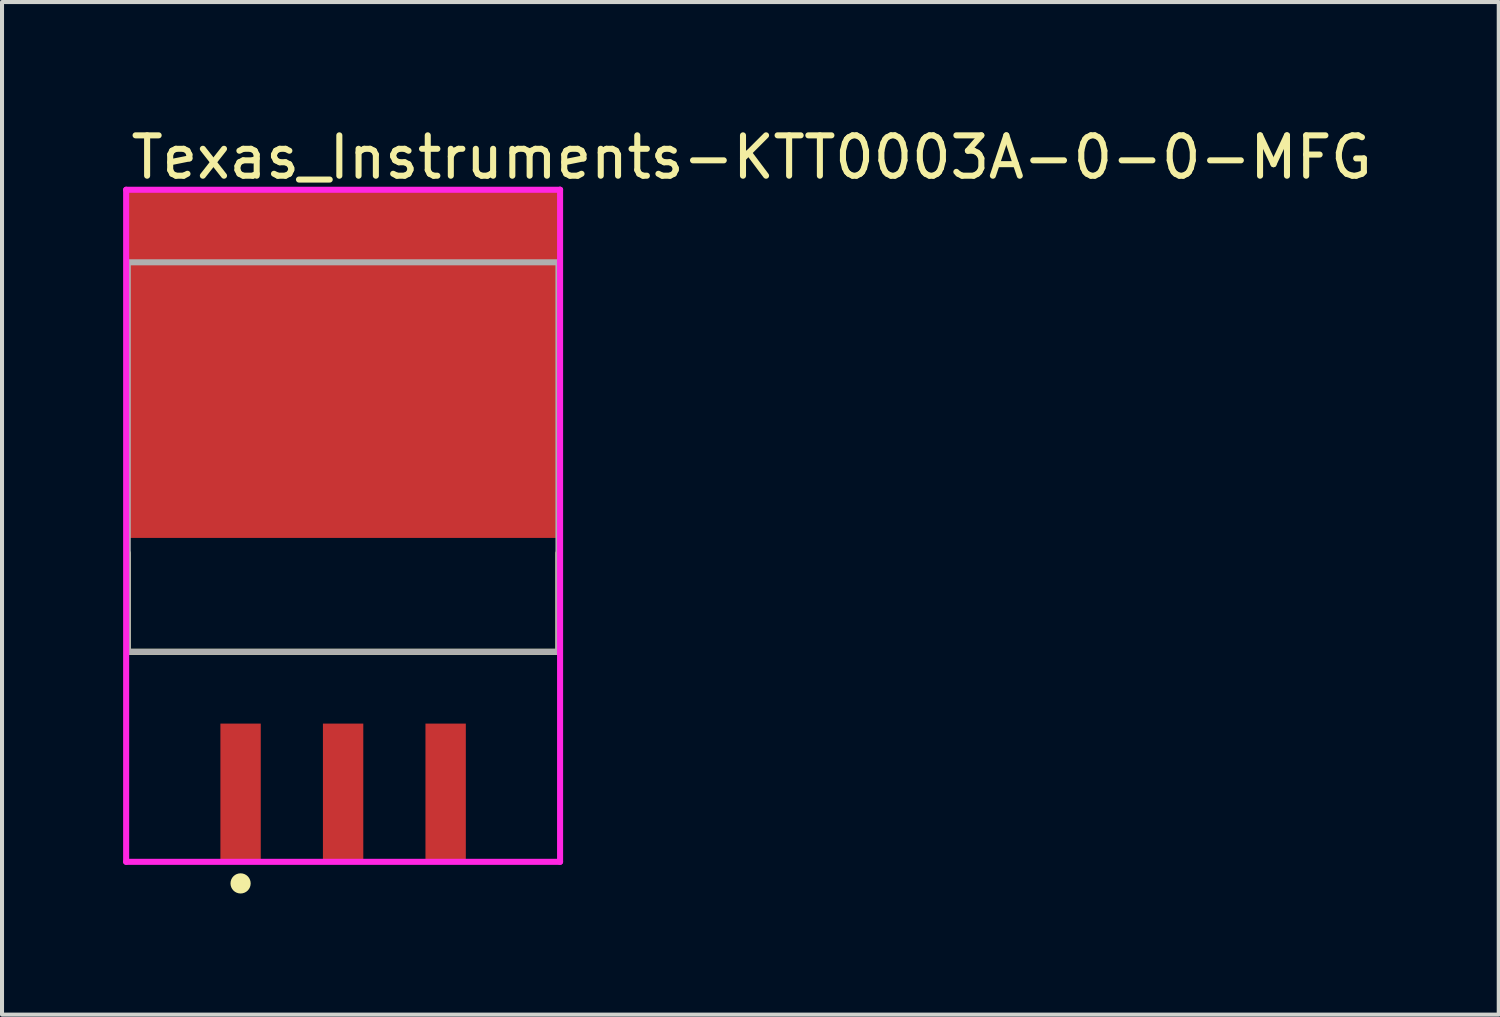
<source format=kicad_pcb>
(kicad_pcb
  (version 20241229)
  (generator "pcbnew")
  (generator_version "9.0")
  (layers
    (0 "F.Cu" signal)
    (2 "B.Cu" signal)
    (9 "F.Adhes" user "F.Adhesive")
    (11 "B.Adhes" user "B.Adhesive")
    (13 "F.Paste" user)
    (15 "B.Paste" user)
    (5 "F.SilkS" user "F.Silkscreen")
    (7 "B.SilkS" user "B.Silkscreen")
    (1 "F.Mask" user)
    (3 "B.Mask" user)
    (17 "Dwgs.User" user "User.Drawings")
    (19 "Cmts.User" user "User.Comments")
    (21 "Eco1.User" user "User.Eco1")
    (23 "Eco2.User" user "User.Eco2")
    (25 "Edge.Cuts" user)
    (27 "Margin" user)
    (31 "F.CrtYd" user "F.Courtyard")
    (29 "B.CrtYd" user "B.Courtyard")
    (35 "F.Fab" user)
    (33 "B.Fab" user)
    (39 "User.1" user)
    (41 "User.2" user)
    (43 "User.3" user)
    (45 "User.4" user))
  (footprint "Texas_Instruments-KTT0003A-0-0-MFG"
    (layer "F.Cu")
    (at 5.45 8.273)
    (property "Reference" "Texas_Instruments-KTT0003A-0-0-MFG" (at -5.335 -7.425 0) (layer "F.SilkS") (effects (font (size 1 1) (thickness 0.15)) (justify left)))
    (attr through_hole)
    (fp_line (start -5.335 4.825) (end -5.335 2.377) (stroke (width 0.15) (type solid)) (layer "F.SilkS"))
    (fp_line (start -5.335 4.825) (end 5.335 4.825) (stroke (width 0.15) (type solid)) (layer "F.SilkS"))
    (fp_line (start 5.335 4.825) (end 5.335 2.377) (stroke (width 0.15) (type solid)) (layer "F.SilkS"))
    (fp_circle (center -2.54 10.562) (end -2.415 10.562) (stroke (width 0.25) (type solid)) (fill no) (layer "F.SilkS"))
    (fp_line (start -5.375 -6.622) (end -5.375 10.027) (stroke (width 0.15) (type solid)) (layer "F.CrtYd"))
    (fp_line (start -5.375 10.027) (end 5.375 10.027) (stroke (width 0.15) (type solid)) (layer "F.CrtYd"))
    (fp_line (start 5.375 -6.622) (end -5.375 -6.622) (stroke (width 0.15) (type solid)) (layer "F.CrtYd"))
    (fp_line (start 5.375 -6.622) (end 5.375 -6.622) (stroke (width 0.15) (type solid)) (layer "F.CrtYd"))
    (fp_line (start 5.375 10.027) (end 5.375 -6.622) (stroke (width 0.15) (type solid)) (layer "F.CrtYd"))
    (fp_line (start -5.335 -4.825) (end 5.335 -4.825) (stroke (width 0.15) (type solid)) (layer "F.Fab"))
    (fp_line (start -5.335 4.825) (end -5.335 -4.825) (stroke (width 0.15) (type solid)) (layer "F.Fab"))
    (fp_line (start 5.335 -4.825) (end 5.335 4.825) (stroke (width 0.15) (type solid)) (layer "F.Fab"))
    (fp_line (start 5.335 4.825) (end -5.335 4.825) (stroke (width 0.15) (type solid)) (layer "F.Fab"))
    (pad "" smd rect (at -2.54 8.302) (size 0.95 3.3) (layers "F.Paste"))
    (pad "" smd rect (at 0 -2.297) (size 10.6 8.5) (layers "F.Paste"))
    (pad "" smd rect (at 0 8.302) (size 0.95 3.3) (layers "F.Paste"))
    (pad "" smd rect (at 2.54 8.302) (size 0.95 3.3) (layers "F.Paste"))
    (pad "1" smd rect (at -2.54 8.303) (size 1 3.4) (layers "F.Cu" "F.Mask"))
    (pad "2" smd rect (at 0 8.303) (size 1 3.4) (layers "F.Cu" "F.Mask"))
    (pad "3" smd rect (at 2.54 8.303) (size 1 3.4) (layers "F.Cu" "F.Mask"))
    (pad "4" smd rect (at 0 -2.297) (size 10.7 8.6) (layers "F.Cu" "F.Mask")))
  (gr_rect
    (start -3 -3)
    (end 34.079 22.086)
    (stroke (width 0.1) (type default))
    (fill no)
    (layer "Edge.Cuts")))
</source>
